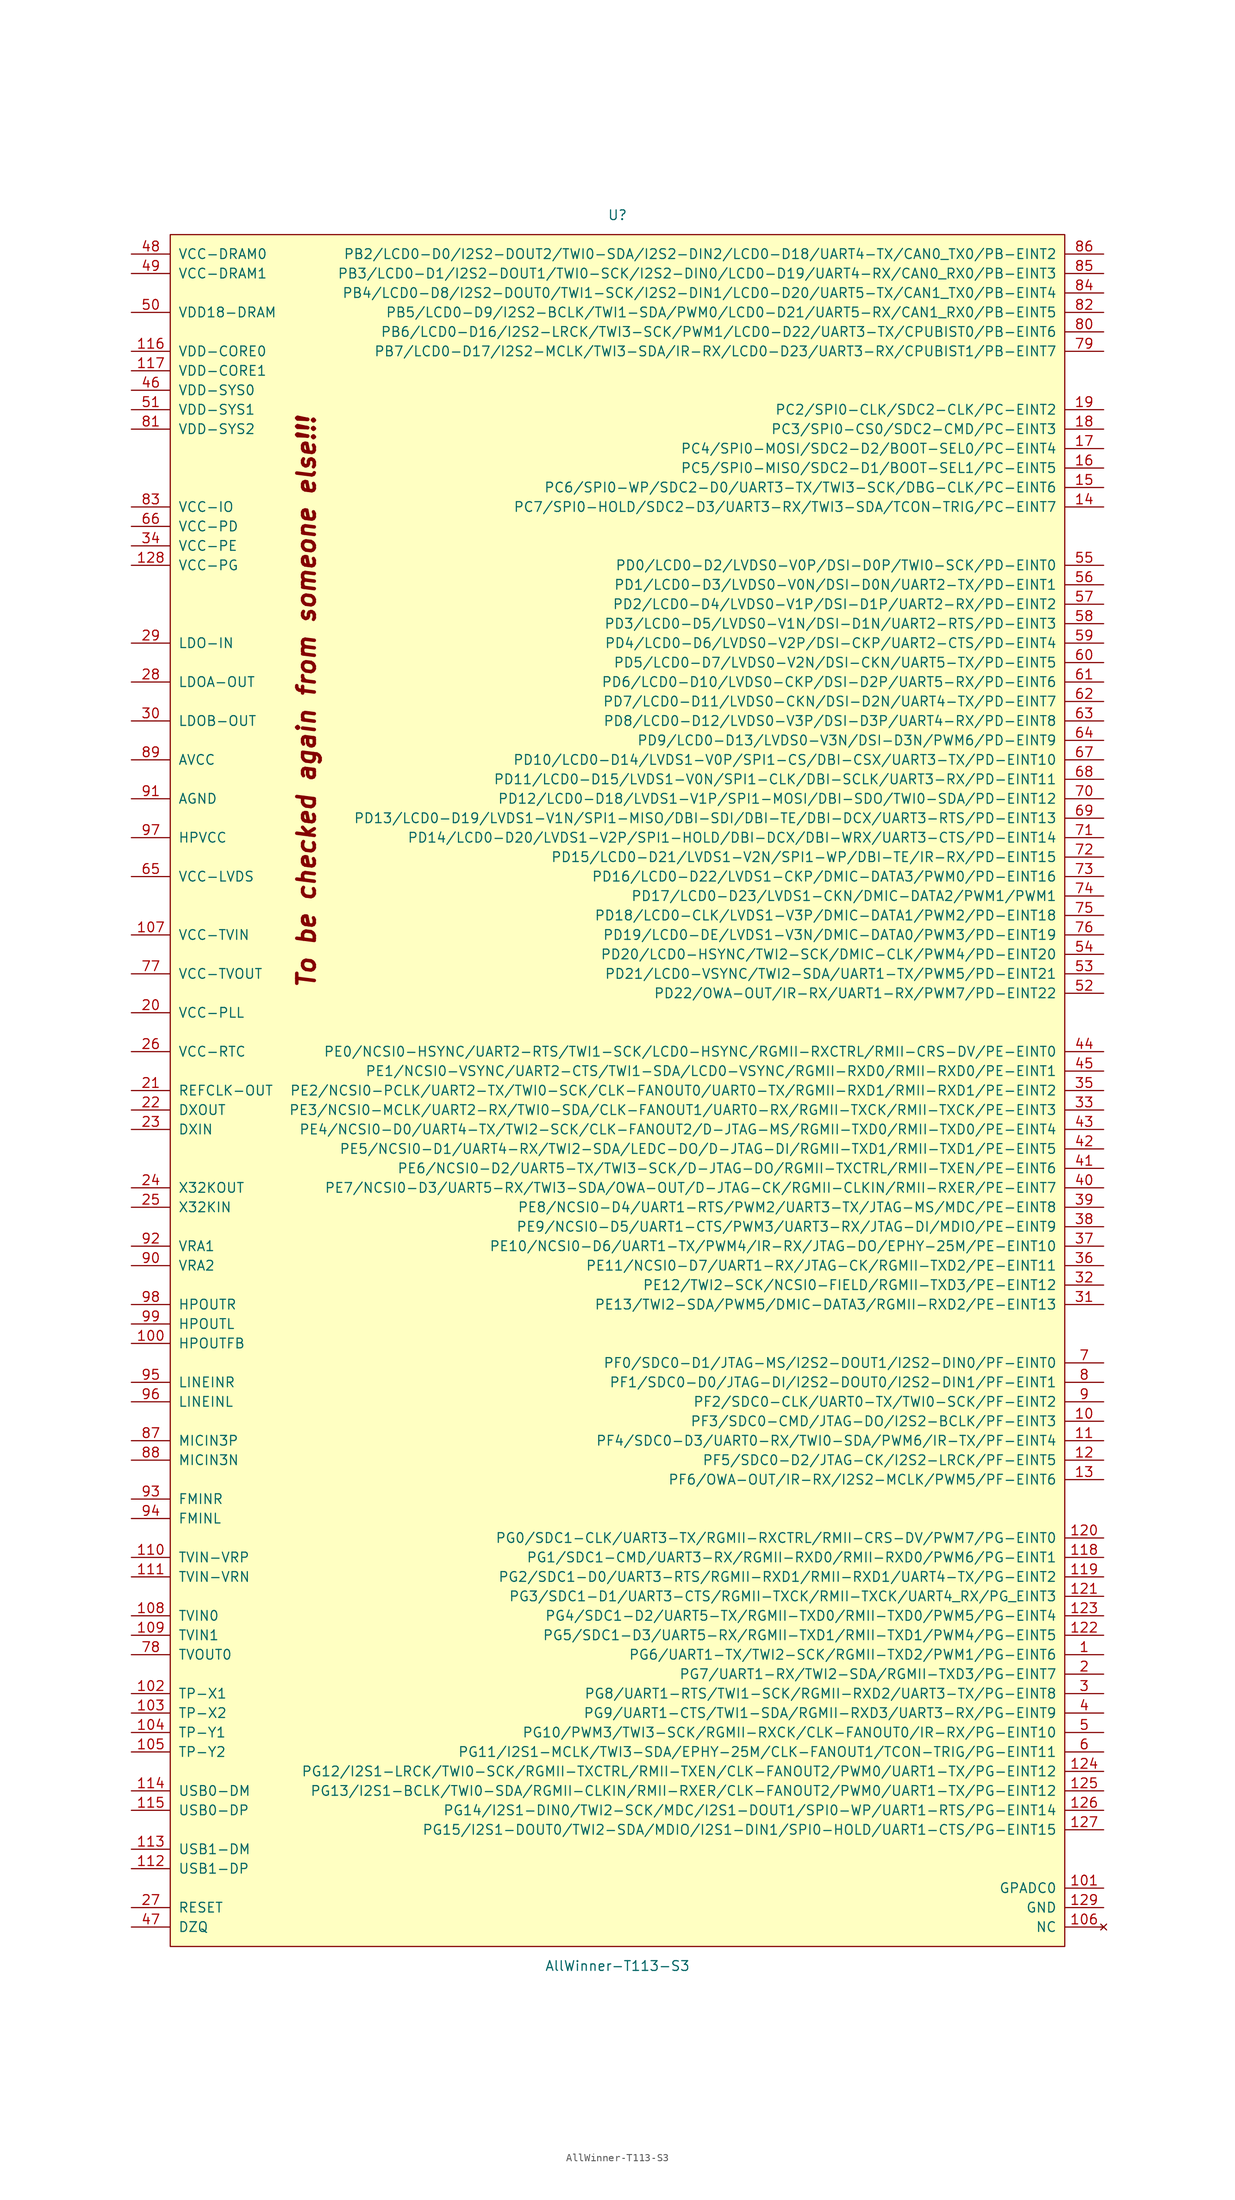
<source format=kicad_sym>
(kicad_symbol_lib
  (version 20220914)
  (generator kicad_symbol_editor)
  (symbol "AllWinner-T113-S3"
    (pin_names
      (offset 1.016))
    (property "Reference" "U"
      (at 0 114.3 0)
      (effects (font (size 1.27 1.27))))
    (property "Value" "AllWinner-T113-S3"
      (at 0 -114.3 0)
      (effects (font (size 1.27 1.27))))
    (symbol "AllWinner-T113-S3_0_0"
      (text "To be checked again from someone else!!!" (at -40.64 50.8 900) (effects (font (size 2.286 2.286) bold italic))))
    (symbol "AllWinner-T113-S3_0_1"
      (rectangle (start -58.42 111.76) (end 58.42 -111.76) (stroke (width 0) (type solid)) (fill (type background))))
    (symbol "AllWinner-T113-S3_1_1"
      (pin bidirectional line (at 63.5 -73.66 180) (length 5.08) (name "PG6/UART1-TX/TWI2-SCK/RGMII-TXD2/PWM1/PG-EINT6" (effects (font (size 1.27 1.27)))) (number "1" (effects (font (size 1.27 1.27)))))
      (pin bidirectional line (at 63.5 -43.18 180) (length 5.08) (name "PF3/SDC0-CMD/JTAG-DO/I2S2-BCLK/PF-EINT3" (effects (font (size 1.27 1.27)))) (number "10" (effects (font (size 1.27 1.27)))))
      (pin input line (at -63.5 -33.02 0) (length 5.08) (name "HPOUTFB" (effects (font (size 1.27 1.27)))) (number "100" (effects (font (size 1.27 1.27)))))
      (pin input line (at 63.5 -104.14 180) (length 5.08) (name "GPADC0" (effects (font (size 1.27 1.27)))) (number "101" (effects (font (size 1.27 1.27)))))
      (pin input line (at -63.5 -78.74 0) (length 5.08) (name "TP-X1" (effects (font (size 1.27 1.27)))) (number "102" (effects (font (size 1.27 1.27)))))
      (pin input line (at -63.5 -81.28 0) (length 5.08) (name "TP-X2" (effects (font (size 1.27 1.27)))) (number "103" (effects (font (size 1.27 1.27)))))
      (pin input line (at -63.5 -83.82 0) (length 5.08) (name "TP-Y1" (effects (font (size 1.27 1.27)))) (number "104" (effects (font (size 1.27 1.27)))))
      (pin input line (at -63.5 -86.36 0) (length 5.08) (name "TP-Y2" (effects (font (size 1.27 1.27)))) (number "105" (effects (font (size 1.27 1.27)))))
      (pin no_connect line (at 63.5 -109.22 180) (length 5.08) (name "NC" (effects (font (size 1.27 1.27)))) (number "106" (effects (font (size 1.27 1.27)))))
      (pin power_in line (at -63.5 20.32 0) (length 5.08) (name "VCC-TVIN" (effects (font (size 1.27 1.27)))) (number "107" (effects (font (size 1.27 1.27)))))
      (pin input line (at -63.5 -68.58 0) (length 5.08) (name "TVIN0" (effects (font (size 1.27 1.27)))) (number "108" (effects (font (size 1.27 1.27)))))
      (pin input line (at -63.5 -71.12 0) (length 5.08) (name "TVIN1" (effects (font (size 1.27 1.27)))) (number "109" (effects (font (size 1.27 1.27)))))
      (pin bidirectional line (at 63.5 -45.72 180) (length 5.08) (name "PF4/SDC0-D3/UART0-RX/TWI0-SDA/PWM6/IR-TX/PF-EINT4" (effects (font (size 1.27 1.27)))) (number "11" (effects (font (size 1.27 1.27)))))
      (pin power_in line (at -63.5 -60.96 0) (length 5.08) (name "TVIN-VRP" (effects (font (size 1.27 1.27)))) (number "110" (effects (font (size 1.27 1.27)))))
      (pin power_in line (at -63.5 -63.5 0) (length 5.08) (name "TVIN-VRN" (effects (font (size 1.27 1.27)))) (number "111" (effects (font (size 1.27 1.27)))))
      (pin bidirectional line (at -63.5 -101.6 0) (length 5.08) (name "USB1-DP" (effects (font (size 1.27 1.27)))) (number "112" (effects (font (size 1.27 1.27)))))
      (pin bidirectional line (at -63.5 -99.06 0) (length 5.08) (name "USB1-DM" (effects (font (size 1.27 1.27)))) (number "113" (effects (font (size 1.27 1.27)))))
      (pin bidirectional line (at -63.5 -91.44 0) (length 5.08) (name "USB0-DM" (effects (font (size 1.27 1.27)))) (number "114" (effects (font (size 1.27 1.27)))))
      (pin bidirectional line (at -63.5 -93.98 0) (length 5.08) (name "USB0-DP" (effects (font (size 1.27 1.27)))) (number "115" (effects (font (size 1.27 1.27)))))
      (pin power_in line (at -63.5 96.52 0) (length 5.08) (name "VDD-CORE0" (effects (font (size 1.27 1.27)))) (number "116" (effects (font (size 1.27 1.27)))))
      (pin power_in line (at -63.5 93.98 0) (length 5.08) (name "VDD-CORE1" (effects (font (size 1.27 1.27)))) (number "117" (effects (font (size 1.27 1.27)))))
      (pin bidirectional line (at 63.5 -60.96 180) (length 5.08) (name "PG1/SDC1-CMD/UART3-RX/RGMII-RXD0/RMII-RXD0/PWM6/PG-EINT1" (effects (font (size 1.27 1.27)))) (number "118" (effects (font (size 1.27 1.27)))))
      (pin bidirectional line (at 63.5 -63.5 180) (length 5.08) (name "PG2/SDC1-D0/UART3-RTS/RGMII-RXD1/RMII-RXD1/UART4-TX/PG-EINT2" (effects (font (size 1.27 1.27)))) (number "119" (effects (font (size 1.27 1.27)))))
      (pin bidirectional line (at 63.5 -48.26 180) (length 5.08) (name "PF5/SDC0-D2/JTAG-CK/I2S2-LRCK/PF-EINT5" (effects (font (size 1.27 1.27)))) (number "12" (effects (font (size 1.27 1.27)))))
      (pin bidirectional line (at 63.5 -58.42 180) (length 5.08) (name "PG0/SDC1-CLK/UART3-TX/RGMII-RXCTRL/RMII-CRS-DV/PWM7/PG-EINT0" (effects (font (size 1.27 1.27)))) (number "120" (effects (font (size 1.27 1.27)))))
      (pin bidirectional line (at 63.5 -66.04 180) (length 5.08) (name "PG3/SDC1-D1/UART3-CTS/RGMII-TXCK/RMII-TXCK/UART4_RX/PG_EINT3" (effects (font (size 1.27 1.27)))) (number "121" (effects (font (size 1.27 1.27)))))
      (pin bidirectional line (at 63.5 -71.12 180) (length 5.08) (name "PG5/SDC1-D3/UART5-RX/RGMII-TXD1/RMII-TXD1/PWM4/PG-EINT5" (effects (font (size 1.27 1.27)))) (number "122" (effects (font (size 1.27 1.27)))))
      (pin bidirectional line (at 63.5 -68.58 180) (length 5.08) (name "PG4/SDC1-D2/UART5-TX/RGMII-TXD0/RMII-TXD0/PWM5/PG-EINT4" (effects (font (size 1.27 1.27)))) (number "123" (effects (font (size 1.27 1.27)))))
      (pin bidirectional line (at 63.5 -88.9 180) (length 5.08) (name "PG12/I2S1-LRCK/TWI0-SCK/RGMII-TXCTRL/RMII-TXEN/CLK-FANOUT2/PWM0/UART1-TX/PG-EINT12" (effects (font (size 1.27 1.27)))) (number "124" (effects (font (size 1.27 1.27)))))
      (pin bidirectional line (at 63.5 -91.44 180) (length 5.08) (name "PG13/I2S1-BCLK/TWI0-SDA/RGMII-CLKIN/RMII-RXER/CLK-FANOUT2/PWM0/UART1-TX/PG-EINT12" (effects (font (size 1.27 1.27)))) (number "125" (effects (font (size 1.27 1.27)))))
      (pin bidirectional line (at 63.5 -93.98 180) (length 5.08) (name "PG14/I2S1-DIN0/TWI2-SCK/MDC/I2S1-DOUT1/SPI0-WP/UART1-RTS/PG-EINT14" (effects (font (size 1.27 1.27)))) (number "126" (effects (font (size 1.27 1.27)))))
      (pin bidirectional line (at 63.5 -96.52 180) (length 5.08) (name "PG15/I2S1-DOUT0/TWI2-SDA/MDIO/I2S1-DIN1/SPI0-HOLD/UART1-CTS/PG-EINT15" (effects (font (size 1.27 1.27)))) (number "127" (effects (font (size 1.27 1.27)))))
      (pin power_in line (at -63.5 68.58 0) (length 5.08) (name "VCC-PG" (effects (font (size 1.27 1.27)))) (number "128" (effects (font (size 1.27 1.27)))))
      (pin power_in line (at 63.5 -106.68 180) (length 5.08) (name "GND" (effects (font (size 1.27 1.27)))) (number "129" (effects (font (size 1.27 1.27)))))
      (pin bidirectional line (at 63.5 -50.8 180) (length 5.08) (name "PF6/OWA-OUT/IR-RX/I2S2-MCLK/PWM5/PF-EINT6" (effects (font (size 1.27 1.27)))) (number "13" (effects (font (size 1.27 1.27)))))
      (pin bidirectional line (at 63.5 76.2 180) (length 5.08) (name "PC7/SPI0-HOLD/SDC2-D3/UART3-RX/TWI3-SDA/TCON-TRIG/PC-EINT7" (effects (font (size 1.27 1.27)))) (number "14" (effects (font (size 1.27 1.27)))))
      (pin bidirectional line (at 63.5 78.74 180) (length 5.08) (name "PC6/SPI0-WP/SDC2-D0/UART3-TX/TWI3-SCK/DBG-CLK/PC-EINT6" (effects (font (size 1.27 1.27)))) (number "15" (effects (font (size 1.27 1.27)))))
      (pin bidirectional line (at 63.5 81.28 180) (length 5.08) (name "PC5/SPI0-MISO/SDC2-D1/BOOT-SEL1/PC-EINT5" (effects (font (size 1.27 1.27)))) (number "16" (effects (font (size 1.27 1.27)))))
      (pin bidirectional line (at 63.5 83.82 180) (length 5.08) (name "PC4/SPI0-MOSI/SDC2-D2/BOOT-SEL0/PC-EINT4" (effects (font (size 1.27 1.27)))) (number "17" (effects (font (size 1.27 1.27)))))
      (pin bidirectional line (at 63.5 86.36 180) (length 5.08) (name "PC3/SPI0-CS0/SDC2-CMD/PC-EINT3" (effects (font (size 1.27 1.27)))) (number "18" (effects (font (size 1.27 1.27)))))
      (pin bidirectional line (at 63.5 88.9 180) (length 5.08) (name "PC2/SPI0-CLK/SDC2-CLK/PC-EINT2" (effects (font (size 1.27 1.27)))) (number "19" (effects (font (size 1.27 1.27)))))
      (pin bidirectional line (at 63.5 -76.2 180) (length 5.08) (name "PG7/UART1-RX/TWI2-SDA/RGMII-TXD3/PG-EINT7" (effects (font (size 1.27 1.27)))) (number "2" (effects (font (size 1.27 1.27)))))
      (pin power_in line (at -63.5 10.16 0) (length 5.08) (name "VCC-PLL" (effects (font (size 1.27 1.27)))) (number "20" (effects (font (size 1.27 1.27)))))
      (pin output line (at -63.5 0 0) (length 5.08) (name "REFCLK-OUT" (effects (font (size 1.27 1.27)))) (number "21" (effects (font (size 1.27 1.27)))))
      (pin output line (at -63.5 -2.54 0) (length 5.08) (name "DXOUT" (effects (font (size 1.27 1.27)))) (number "22" (effects (font (size 1.27 1.27)))))
      (pin input line (at -63.5 -5.08 0) (length 5.08) (name "DXIN" (effects (font (size 1.27 1.27)))) (number "23" (effects (font (size 1.27 1.27)))))
      (pin output line (at -63.5 -12.7 0) (length 5.08) (name "X32KOUT" (effects (font (size 1.27 1.27)))) (number "24" (effects (font (size 1.27 1.27)))))
      (pin input line (at -63.5 -15.24 0) (length 5.08) (name "X32KIN" (effects (font (size 1.27 1.27)))) (number "25" (effects (font (size 1.27 1.27)))))
      (pin power_in line (at -63.5 5.08 0) (length 5.08) (name "VCC-RTC" (effects (font (size 1.27 1.27)))) (number "26" (effects (font (size 1.27 1.27)))))
      (pin input line (at -63.5 -106.68 0) (length 5.08) (name "RESET" (effects (font (size 1.27 1.27)))) (number "27" (effects (font (size 1.27 1.27)))))
      (pin power_in line (at -63.5 53.34 0) (length 5.08) (name "LDOA-OUT" (effects (font (size 1.27 1.27)))) (number "28" (effects (font (size 1.27 1.27)))))
      (pin power_in line (at -63.5 58.42 0) (length 5.08) (name "LDO-IN" (effects (font (size 1.27 1.27)))) (number "29" (effects (font (size 1.27 1.27)))))
      (pin bidirectional line (at 63.5 -78.74 180) (length 5.08) (name "PG8/UART1-RTS/TWI1-SCK/RGMII-RXD2/UART3-TX/PG-EINT8" (effects (font (size 1.27 1.27)))) (number "3" (effects (font (size 1.27 1.27)))))
      (pin power_in line (at -63.5 48.26 0) (length 5.08) (name "LDOB-OUT" (effects (font (size 1.27 1.27)))) (number "30" (effects (font (size 1.27 1.27)))))
      (pin bidirectional line (at 63.5 -27.94 180) (length 5.08) (name "PE13/TWI2-SDA/PWM5/DMIC-DATA3/RGMII-RXD2/PE-EINT13" (effects (font (size 1.27 1.27)))) (number "31" (effects (font (size 1.27 1.27)))))
      (pin bidirectional line (at 63.5 -25.4 180) (length 5.08) (name "PE12/TWI2-SCK/NCSI0-FIELD/RGMII-TXD3/PE-EINT12" (effects (font (size 1.27 1.27)))) (number "32" (effects (font (size 1.27 1.27)))))
      (pin bidirectional line (at 63.5 -2.54 180) (length 5.08) (name "PE3/NCSI0-MCLK/UART2-RX/TWI0-SDA/CLK-FANOUT1/UART0-RX/RGMII-TXCK/RMII-TXCK/PE-EINT3" (effects (font (size 1.27 1.27)))) (number "33" (effects (font (size 1.27 1.27)))))
      (pin power_in line (at -63.5 71.12 0) (length 5.08) (name "VCC-PE" (effects (font (size 1.27 1.27)))) (number "34" (effects (font (size 1.27 1.27)))))
      (pin bidirectional line (at 63.5 0 180) (length 5.08) (name "PE2/NCSI0-PCLK/UART2-TX/TWI0-SCK/CLK-FANOUT0/UART0-TX/RGMII-RXD1/RMII-RXD1/PE-EINT2" (effects (font (size 1.27 1.27)))) (number "35" (effects (font (size 1.27 1.27)))))
      (pin bidirectional line (at 63.5 -22.86 180) (length 5.08) (name "PE11/NCSI0-D7/UART1-RX/JTAG-CK/RGMII-TXD2/PE-EINT11" (effects (font (size 1.27 1.27)))) (number "36" (effects (font (size 1.27 1.27)))))
      (pin bidirectional line (at 63.5 -20.32 180) (length 5.08) (name "PE10/NCSI0-D6/UART1-TX/PWM4/IR-RX/JTAG-DO/EPHY-25M/PE-EINT10" (effects (font (size 1.27 1.27)))) (number "37" (effects (font (size 1.27 1.27)))))
      (pin bidirectional line (at 63.5 -17.78 180) (length 5.08) (name "PE9/NCSI0-D5/UART1-CTS/PWM3/UART3-RX/JTAG-DI/MDIO/PE-EINT9" (effects (font (size 1.27 1.27)))) (number "38" (effects (font (size 1.27 1.27)))))
      (pin bidirectional line (at 63.5 -15.24 180) (length 5.08) (name "PE8/NCSI0-D4/UART1-RTS/PWM2/UART3-TX/JTAG-MS/MDC/PE-EINT8" (effects (font (size 1.27 1.27)))) (number "39" (effects (font (size 1.27 1.27)))))
      (pin bidirectional line (at 63.5 -81.28 180) (length 5.08) (name "PG9/UART1-CTS/TWI1-SDA/RGMII-RXD3/UART3-RX/PG-EINT9" (effects (font (size 1.27 1.27)))) (number "4" (effects (font (size 1.27 1.27)))))
      (pin bidirectional line (at 63.5 -12.7 180) (length 5.08) (name "PE7/NCSI0-D3/UART5-RX/TWI3-SDA/OWA-OUT/D-JTAG-CK/RGMII-CLKIN/RMII-RXER/PE-EINT7" (effects (font (size 1.27 1.27)))) (number "40" (effects (font (size 1.27 1.27)))))
      (pin bidirectional line (at 63.5 -10.16 180) (length 5.08) (name "PE6/NCSI0-D2/UART5-TX/TWI3-SCK/D-JTAG-DO/RGMII-TXCTRL/RMII-TXEN/PE-EINT6" (effects (font (size 1.27 1.27)))) (number "41" (effects (font (size 1.27 1.27)))))
      (pin bidirectional line (at 63.5 -7.62 180) (length 5.08) (name "PE5/NCSI0-D1/UART4-RX/TWI2-SDA/LEDC-DO/D-JTAG-DI/RGMII-TXD1/RMII-TXD1/PE-EINT5" (effects (font (size 1.27 1.27)))) (number "42" (effects (font (size 1.27 1.27)))))
      (pin bidirectional line (at 63.5 -5.08 180) (length 5.08) (name "PE4/NCSI0-D0/UART4-TX/TWI2-SCK/CLK-FANOUT2/D-JTAG-MS/RGMII-TXD0/RMII-TXD0/PE-EINT4" (effects (font (size 1.27 1.27)))) (number "43" (effects (font (size 1.27 1.27)))))
      (pin bidirectional line (at 63.5 5.08 180) (length 5.08) (name "PE0/NCSI0-HSYNC/UART2-RTS/TWI1-SCK/LCD0-HSYNC/RGMII-RXCTRL/RMII-CRS-DV/PE-EINT0" (effects (font (size 1.27 1.27)))) (number "44" (effects (font (size 1.27 1.27)))))
      (pin bidirectional line (at 63.5 2.54 180) (length 5.08) (name "PE1/NCSI0-VSYNC/UART2-CTS/TWI1-SDA/LCD0-VSYNC/RGMII-RXD0/RMII-RXD0/PE-EINT1" (effects (font (size 1.27 1.27)))) (number "45" (effects (font (size 1.27 1.27)))))
      (pin power_in line (at -63.5 91.44 0) (length 5.08) (name "VDD-SYS0" (effects (font (size 1.27 1.27)))) (number "46" (effects (font (size 1.27 1.27)))))
      (pin input line (at -63.5 -109.22 0) (length 5.08) (name "DZQ" (effects (font (size 1.27 1.27)))) (number "47" (effects (font (size 1.27 1.27)))))
      (pin power_in line (at -63.5 109.22 0) (length 5.08) (name "VCC-DRAM0" (effects (font (size 1.27 1.27)))) (number "48" (effects (font (size 1.27 1.27)))))
      (pin power_in line (at -63.5 106.68 0) (length 5.08) (name "VCC-DRAM1" (effects (font (size 1.27 1.27)))) (number "49" (effects (font (size 1.27 1.27)))))
      (pin bidirectional line (at 63.5 -83.82 180) (length 5.08) (name "PG10/PWM3/TWI3-SCK/RGMII-RXCK/CLK-FANOUT0/IR-RX/PG-EINT10" (effects (font (size 1.27 1.27)))) (number "5" (effects (font (size 1.27 1.27)))))
      (pin power_in line (at -63.5 101.6 0) (length 5.08) (name "VDD18-DRAM" (effects (font (size 1.27 1.27)))) (number "50" (effects (font (size 1.27 1.27)))))
      (pin power_in line (at -63.5 88.9 0) (length 5.08) (name "VDD-SYS1" (effects (font (size 1.27 1.27)))) (number "51" (effects (font (size 1.27 1.27)))))
      (pin bidirectional line (at 63.5 12.7 180) (length 5.08) (name "PD22/OWA-OUT/IR-RX/UART1-RX/PWM7/PD-EINT22" (effects (font (size 1.27 1.27)))) (number "52" (effects (font (size 1.27 1.27)))))
      (pin bidirectional line (at 63.5 15.24 180) (length 5.08) (name "PD21/LCD0-VSYNC/TWI2-SDA/UART1-TX/PWM5/PD-EINT21" (effects (font (size 1.27 1.27)))) (number "53" (effects (font (size 1.27 1.27)))))
      (pin bidirectional line (at 63.5 17.78 180) (length 5.08) (name "PD20/LCD0-HSYNC/TWI2-SCK/DMIC-CLK/PWM4/PD-EINT20" (effects (font (size 1.27 1.27)))) (number "54" (effects (font (size 1.27 1.27)))))
      (pin bidirectional line (at 63.5 68.58 180) (length 5.08) (name "PD0/LCD0-D2/LVDS0-V0P/DSI-D0P/TWI0-SCK/PD-EINT0" (effects (font (size 1.27 1.27)))) (number "55" (effects (font (size 1.27 1.27)))))
      (pin bidirectional line (at 63.5 66.04 180) (length 5.08) (name "PD1/LCD0-D3/LVDS0-V0N/DSI-D0N/UART2-TX/PD-EINT1" (effects (font (size 1.27 1.27)))) (number "56" (effects (font (size 1.27 1.27)))))
      (pin bidirectional line (at 63.5 63.5 180) (length 5.08) (name "PD2/LCD0-D4/LVDS0-V1P/DSI-D1P/UART2-RX/PD-EINT2" (effects (font (size 1.27 1.27)))) (number "57" (effects (font (size 1.27 1.27)))))
      (pin bidirectional line (at 63.5 60.96 180) (length 5.08) (name "PD3/LCD0-D5/LVDS0-V1N/DSI-D1N/UART2-RTS/PD-EINT3" (effects (font (size 1.27 1.27)))) (number "58" (effects (font (size 1.27 1.27)))))
      (pin bidirectional line (at 63.5 58.42 180) (length 5.08) (name "PD4/LCD0-D6/LVDS0-V2P/DSI-CKP/UART2-CTS/PD-EINT4" (effects (font (size 1.27 1.27)))) (number "59" (effects (font (size 1.27 1.27)))))
      (pin bidirectional line (at 63.5 -86.36 180) (length 5.08) (name "PG11/I2S1-MCLK/TWI3-SDA/EPHY-25M/CLK-FANOUT1/TCON-TRIG/PG-EINT11" (effects (font (size 1.27 1.27)))) (number "6" (effects (font (size 1.27 1.27)))))
      (pin bidirectional line (at 63.5 55.88 180) (length 5.08) (name "PD5/LCD0-D7/LVDS0-V2N/DSI-CKN/UART5-TX/PD-EINT5" (effects (font (size 1.27 1.27)))) (number "60" (effects (font (size 1.27 1.27)))))
      (pin bidirectional line (at 63.5 53.34 180) (length 5.08) (name "PD6/LCD0-D10/LVDS0-CKP/DSI-D2P/UART5-RX/PD-EINT6" (effects (font (size 1.27 1.27)))) (number "61" (effects (font (size 1.27 1.27)))))
      (pin bidirectional line (at 63.5 50.8 180) (length 5.08) (name "PD7/LCD0-D11/LVDS0-CKN/DSI-D2N/UART4-TX/PD-EINT7" (effects (font (size 1.27 1.27)))) (number "62" (effects (font (size 1.27 1.27)))))
      (pin bidirectional line (at 63.5 48.26 180) (length 5.08) (name "PD8/LCD0-D12/LVDS0-V3P/DSI-D3P/UART4-RX/PD-EINT8" (effects (font (size 1.27 1.27)))) (number "63" (effects (font (size 1.27 1.27)))))
      (pin bidirectional line (at 63.5 45.72 180) (length 5.08) (name "PD9/LCD0-D13/LVDS0-V3N/DSI-D3N/PWM6/PD-EINT9" (effects (font (size 1.27 1.27)))) (number "64" (effects (font (size 1.27 1.27)))))
      (pin power_in line (at -63.5 27.94 0) (length 5.08) (name "VCC-LVDS" (effects (font (size 1.27 1.27)))) (number "65" (effects (font (size 1.27 1.27)))))
      (pin power_in line (at -63.5 73.66 0) (length 5.08) (name "VCC-PD" (effects (font (size 1.27 1.27)))) (number "66" (effects (font (size 1.27 1.27)))))
      (pin bidirectional line (at 63.5 43.18 180) (length 5.08) (name "PD10/LCD0-D14/LVDS1-V0P/SPI1-CS/DBI-CSX/UART3-TX/PD-EINT10" (effects (font (size 1.27 1.27)))) (number "67" (effects (font (size 1.27 1.27)))))
      (pin bidirectional line (at 63.5 40.64 180) (length 5.08) (name "PD11/LCD0-D15/LVDS1-V0N/SPI1-CLK/DBI-SCLK/UART3-RX/PD-EINT11" (effects (font (size 1.27 1.27)))) (number "68" (effects (font (size 1.27 1.27)))))
      (pin bidirectional line (at 63.5 35.56 180) (length 5.08) (name "PD13/LCD0-D19/LVDS1-V1N/SPI1-MISO/DBI-SDI/DBI-TE/DBI-DCX/UART3-RTS/PD-EINT13" (effects (font (size 1.27 1.27)))) (number "69" (effects (font (size 1.27 1.27)))))
      (pin bidirectional line (at 63.5 -35.56 180) (length 5.08) (name "PF0/SDC0-D1/JTAG-MS/I2S2-DOUT1/I2S2-DIN0/PF-EINT0" (effects (font (size 1.27 1.27)))) (number "7" (effects (font (size 1.27 1.27)))))
      (pin bidirectional line (at 63.5 38.1 180) (length 5.08) (name "PD12/LCD0-D18/LVDS1-V1P/SPI1-MOSI/DBI-SDO/TWI0-SDA/PD-EINT12" (effects (font (size 1.27 1.27)))) (number "70" (effects (font (size 1.27 1.27)))))
      (pin bidirectional line (at 63.5 33.02 180) (length 5.08) (name "PD14/LCD0-D20/LVDS1-V2P/SPI1-HOLD/DBI-DCX/DBI-WRX/UART3-CTS/PD-EINT14" (effects (font (size 1.27 1.27)))) (number "71" (effects (font (size 1.27 1.27)))))
      (pin bidirectional line (at 63.5 30.48 180) (length 5.08) (name "PD15/LCD0-D21/LVDS1-V2N/SPI1-WP/DBI-TE/IR-RX/PD-EINT15" (effects (font (size 1.27 1.27)))) (number "72" (effects (font (size 1.27 1.27)))))
      (pin bidirectional line (at 63.5 27.94 180) (length 5.08) (name "PD16/LCD0-D22/LVDS1-CKP/DMIC-DATA3/PWM0/PD-EINT16" (effects (font (size 1.27 1.27)))) (number "73" (effects (font (size 1.27 1.27)))))
      (pin bidirectional line (at 63.5 25.4 180) (length 5.08) (name "PD17/LCD0-D23/LVDS1-CKN/DMIC-DATA2/PWM1/PWM1" (effects (font (size 1.27 1.27)))) (number "74" (effects (font (size 1.27 1.27)))))
      (pin bidirectional line (at 63.5 22.86 180) (length 5.08) (name "PD18/LCD0-CLK/LVDS1-V3P/DMIC-DATA1/PWM2/PD-EINT18" (effects (font (size 1.27 1.27)))) (number "75" (effects (font (size 1.27 1.27)))))
      (pin bidirectional line (at 63.5 20.32 180) (length 5.08) (name "PD19/LCD0-DE/LVDS1-V3N/DMIC-DATA0/PWM3/PD-EINT19" (effects (font (size 1.27 1.27)))) (number "76" (effects (font (size 1.27 1.27)))))
      (pin power_in line (at -63.5 15.24 0) (length 5.08) (name "VCC-TVOUT" (effects (font (size 1.27 1.27)))) (number "77" (effects (font (size 1.27 1.27)))))
      (pin output line (at -63.5 -73.66 0) (length 5.08) (name "TVOUT0" (effects (font (size 1.27 1.27)))) (number "78" (effects (font (size 1.27 1.27)))))
      (pin bidirectional line (at 63.5 96.52 180) (length 5.08) (name "PB7/LCD0-D17/I2S2-MCLK/TWI3-SDA/IR-RX/LCD0-D23/UART3-RX/CPUBIST1/PB-EINT7" (effects (font (size 1.27 1.27)))) (number "79" (effects (font (size 1.27 1.27)))))
      (pin bidirectional line (at 63.5 -38.1 180) (length 5.08) (name "PF1/SDC0-D0/JTAG-DI/I2S2-DOUT0/I2S2-DIN1/PF-EINT1" (effects (font (size 1.27 1.27)))) (number "8" (effects (font (size 1.27 1.27)))))
      (pin bidirectional line (at 63.5 99.06 180) (length 5.08) (name "PB6/LCD0-D16/I2S2-LRCK/TWI3-SCK/PWM1/LCD0-D22/UART3-TX/CPUBIST0/PB-EINT6" (effects (font (size 1.27 1.27)))) (number "80" (effects (font (size 1.27 1.27)))))
      (pin power_in line (at -63.5 86.36 0) (length 5.08) (name "VDD-SYS2" (effects (font (size 1.27 1.27)))) (number "81" (effects (font (size 1.27 1.27)))))
      (pin bidirectional line (at 63.5 101.6 180) (length 5.08) (name "PB5/LCD0-D9/I2S2-BCLK/TWI1-SDA/PWM0/LCD0-D21/UART5-RX/CAN1_RX0/PB-EINT5" (effects (font (size 1.27 1.27)))) (number "82" (effects (font (size 1.27 1.27)))))
      (pin power_in line (at -63.5 76.2 0) (length 5.08) (name "VCC-IO" (effects (font (size 1.27 1.27)))) (number "83" (effects (font (size 1.27 1.27)))))
      (pin bidirectional line (at 63.5 104.14 180) (length 5.08) (name "PB4/LCD0-D8/I2S2-DOUT0/TWI1-SCK/I2S2-DIN1/LCD0-D20/UART5-TX/CAN1_TX0/PB-EINT4" (effects (font (size 1.27 1.27)))) (number "84" (effects (font (size 1.27 1.27)))))
      (pin bidirectional line (at 63.5 106.68 180) (length 5.08) (name "PB3/LCD0-D1/I2S2-DOUT1/TWI0-SCK/I2S2-DIN0/LCD0-D19/UART4-RX/CAN0_RX0/PB-EINT3" (effects (font (size 1.27 1.27)))) (number "85" (effects (font (size 1.27 1.27)))))
      (pin bidirectional line (at 63.5 109.22 180) (length 5.08) (name "PB2/LCD0-D0/I2S2-DOUT2/TWI0-SDA/I2S2-DIN2/LCD0-D18/UART4-TX/CAN0_TX0/PB-EINT2" (effects (font (size 1.27 1.27)))) (number "86" (effects (font (size 1.27 1.27)))))
      (pin input line (at -63.5 -45.72 0) (length 5.08) (name "MICIN3P" (effects (font (size 1.27 1.27)))) (number "87" (effects (font (size 1.27 1.27)))))
      (pin input line (at -63.5 -48.26 0) (length 5.08) (name "MICIN3N" (effects (font (size 1.27 1.27)))) (number "88" (effects (font (size 1.27 1.27)))))
      (pin power_in line (at -63.5 43.18 0) (length 5.08) (name "AVCC" (effects (font (size 1.27 1.27)))) (number "89" (effects (font (size 1.27 1.27)))))
      (pin bidirectional line (at 63.5 -40.64 180) (length 5.08) (name "PF2/SDC0-CLK/UART0-TX/TWI0-SCK/PF-EINT2" (effects (font (size 1.27 1.27)))) (number "9" (effects (font (size 1.27 1.27)))))
      (pin output line (at -63.5 -22.86 0) (length 5.08) (name "VRA2" (effects (font (size 1.27 1.27)))) (number "90" (effects (font (size 1.27 1.27)))))
      (pin power_in line (at -63.5 38.1 0) (length 5.08) (name "AGND" (effects (font (size 1.27 1.27)))) (number "91" (effects (font (size 1.27 1.27)))))
      (pin output line (at -63.5 -20.32 0) (length 5.08) (name "VRA1" (effects (font (size 1.27 1.27)))) (number "92" (effects (font (size 1.27 1.27)))))
      (pin input line (at -63.5 -53.34 0) (length 5.08) (name "FMINR" (effects (font (size 1.27 1.27)))) (number "93" (effects (font (size 1.27 1.27)))))
      (pin input line (at -63.5 -55.88 0) (length 5.08) (name "FMINL" (effects (font (size 1.27 1.27)))) (number "94" (effects (font (size 1.27 1.27)))))
      (pin input line (at -63.5 -38.1 0) (length 5.08) (name "LINEINR" (effects (font (size 1.27 1.27)))) (number "95" (effects (font (size 1.27 1.27)))))
      (pin input line (at -63.5 -40.64 0) (length 5.08) (name "LINEINL" (effects (font (size 1.27 1.27)))) (number "96" (effects (font (size 1.27 1.27)))))
      (pin power_in line (at -63.5 33.02 0) (length 5.08) (name "HPVCC" (effects (font (size 1.27 1.27)))) (number "97" (effects (font (size 1.27 1.27)))))
      (pin output line (at -63.5 -27.94 0) (length 5.08) (name "HPOUTR" (effects (font (size 1.27 1.27)))) (number "98" (effects (font (size 1.27 1.27)))))
      (pin output line (at -63.5 -30.48 0) (length 5.08) (name "HPOUTL" (effects (font (size 1.27 1.27)))) (number "99" (effects (font (size 1.27 1.27))))))))
</source>
